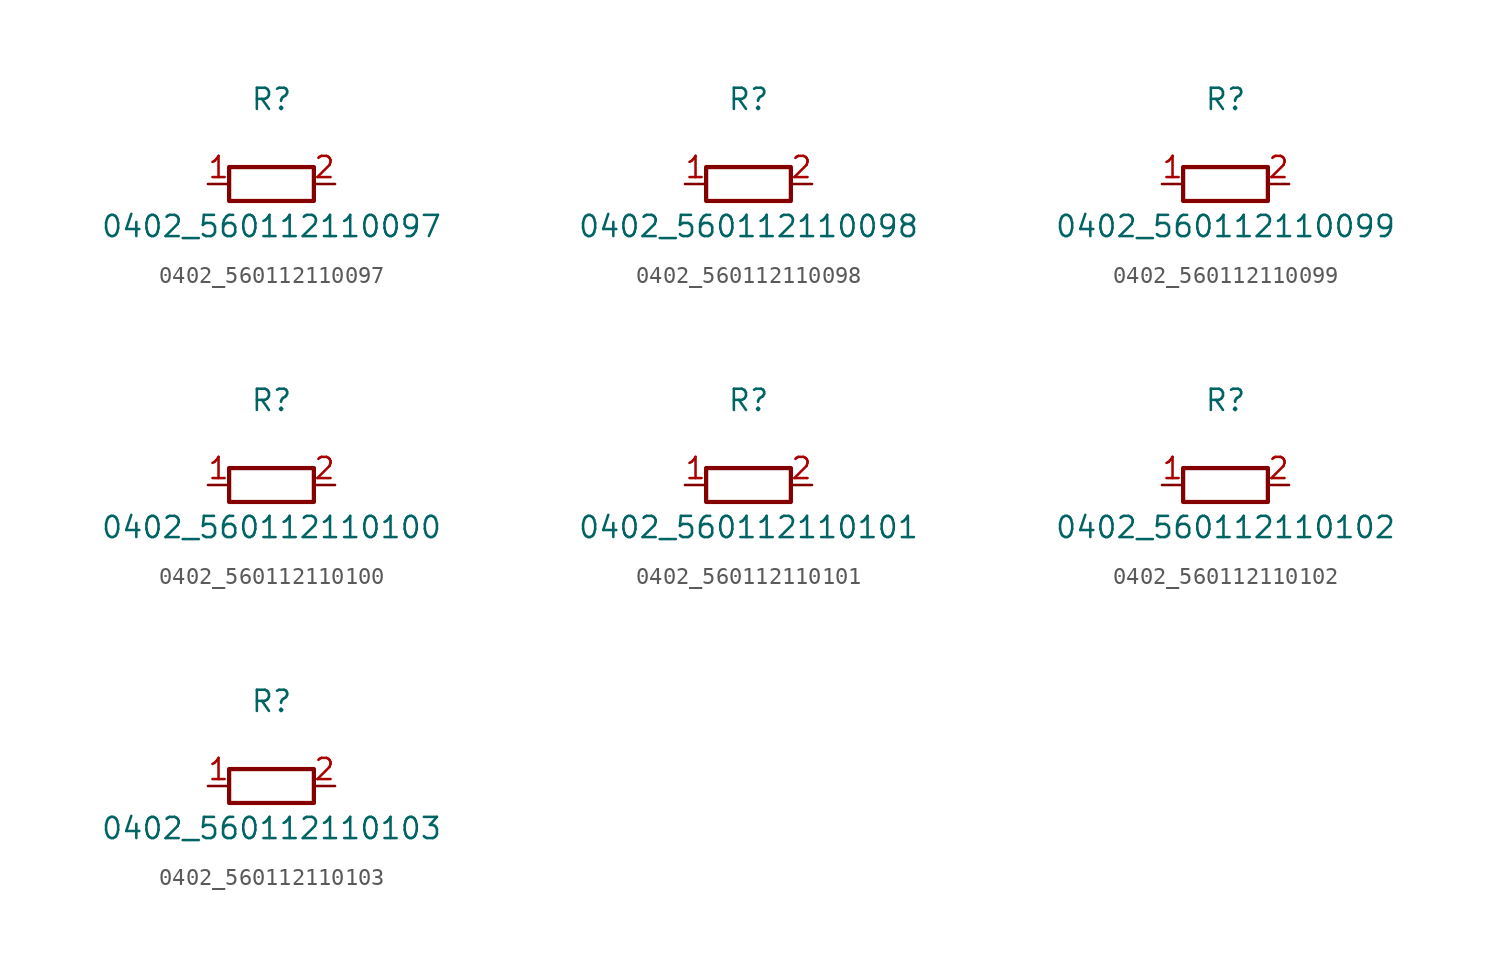
<source format=kicad_sym>
(kicad_symbol_lib
  (version 20220914)
  (generator kicad_symbol_editor)
  (symbol "0402_560112110097"
    (pin_names hide)
    (property "Reference" "R"
      (at 0 5.08 0)
      (effects (font (size 1.27 1.27))))
    (property "Value" "0402_560112110097"
      (at 0 -2.54 0)
      (effects (font (size 1.27 1.27))))
    (symbol "0402_560112110097_0_1"
      (rectangle (start -2.54 -1.016) (end 2.54 1.016) (stroke (width 0.254) (type default)) (fill (type none))))
    (symbol "0402_560112110097_1_1"
      (pin passive line (at -3.81 0 0) (length 1.27) (name "~" (effects (font (size 1.27 1.27)))) (number "1" (effects (font (size 1.27 1.27)))))
      (pin passive line (at 3.81 0 180) (length 1.27) (name "~" (effects (font (size 1.27 1.27)))) (number "2" (effects (font (size 1.27 1.27)))))))
  (symbol "0402_560112110098"
    (pin_names hide)
    (property "Reference" "R"
      (at 0 5.08 0)
      (effects (font (size 1.27 1.27))))
    (property "Value" "0402_560112110098"
      (at 0 -2.54 0)
      (effects (font (size 1.27 1.27))))
    (symbol "0402_560112110098_0_1"
      (rectangle (start -2.54 -1.016) (end 2.54 1.016) (stroke (width 0.254) (type default)) (fill (type none))))
    (symbol "0402_560112110098_1_1"
      (pin passive line (at -3.81 0 0) (length 1.27) (name "~" (effects (font (size 1.27 1.27)))) (number "1" (effects (font (size 1.27 1.27)))))
      (pin passive line (at 3.81 0 180) (length 1.27) (name "~" (effects (font (size 1.27 1.27)))) (number "2" (effects (font (size 1.27 1.27)))))))
  (symbol "0402_560112110099"
    (pin_names hide)
    (property "Reference" "R"
      (at 0 5.08 0)
      (effects (font (size 1.27 1.27))))
    (property "Value" "0402_560112110099"
      (at 0 -2.54 0)
      (effects (font (size 1.27 1.27))))
    (symbol "0402_560112110099_0_1"
      (rectangle (start -2.54 -1.016) (end 2.54 1.016) (stroke (width 0.254) (type default)) (fill (type none))))
    (symbol "0402_560112110099_1_1"
      (pin passive line (at -3.81 0 0) (length 1.27) (name "~" (effects (font (size 1.27 1.27)))) (number "1" (effects (font (size 1.27 1.27)))))
      (pin passive line (at 3.81 0 180) (length 1.27) (name "~" (effects (font (size 1.27 1.27)))) (number "2" (effects (font (size 1.27 1.27)))))))
  (symbol "0402_560112110100"
    (pin_names hide)
    (property "Reference" "R"
      (at 0 5.08 0)
      (effects (font (size 1.27 1.27))))
    (property "Value" "0402_560112110100"
      (at 0 -2.54 0)
      (effects (font (size 1.27 1.27))))
    (symbol "0402_560112110100_0_1"
      (rectangle (start -2.54 -1.016) (end 2.54 1.016) (stroke (width 0.254) (type default)) (fill (type none))))
    (symbol "0402_560112110100_1_1"
      (pin passive line (at -3.81 0 0) (length 1.27) (name "~" (effects (font (size 1.27 1.27)))) (number "1" (effects (font (size 1.27 1.27)))))
      (pin passive line (at 3.81 0 180) (length 1.27) (name "~" (effects (font (size 1.27 1.27)))) (number "2" (effects (font (size 1.27 1.27)))))))
  (symbol "0402_560112110101"
    (pin_names hide)
    (property "Reference" "R"
      (at 0 5.08 0)
      (effects (font (size 1.27 1.27))))
    (property "Value" "0402_560112110101"
      (at 0 -2.54 0)
      (effects (font (size 1.27 1.27))))
    (symbol "0402_560112110101_0_1"
      (rectangle (start -2.54 -1.016) (end 2.54 1.016) (stroke (width 0.254) (type default)) (fill (type none))))
    (symbol "0402_560112110101_1_1"
      (pin passive line (at -3.81 0 0) (length 1.27) (name "~" (effects (font (size 1.27 1.27)))) (number "1" (effects (font (size 1.27 1.27)))))
      (pin passive line (at 3.81 0 180) (length 1.27) (name "~" (effects (font (size 1.27 1.27)))) (number "2" (effects (font (size 1.27 1.27)))))))
  (symbol "0402_560112110102"
    (pin_names hide)
    (property "Reference" "R"
      (at 0 5.08 0)
      (effects (font (size 1.27 1.27))))
    (property "Value" "0402_560112110102"
      (at 0 -2.54 0)
      (effects (font (size 1.27 1.27))))
    (symbol "0402_560112110102_0_1"
      (rectangle (start -2.54 -1.016) (end 2.54 1.016) (stroke (width 0.254) (type default)) (fill (type none))))
    (symbol "0402_560112110102_1_1"
      (pin passive line (at -3.81 0 0) (length 1.27) (name "~" (effects (font (size 1.27 1.27)))) (number "1" (effects (font (size 1.27 1.27)))))
      (pin passive line (at 3.81 0 180) (length 1.27) (name "~" (effects (font (size 1.27 1.27)))) (number "2" (effects (font (size 1.27 1.27)))))))
  (symbol "0402_560112110103"
    (pin_names hide)
    (property "Reference" "R"
      (at 0 5.08 0)
      (effects (font (size 1.27 1.27))))
    (property "Value" "0402_560112110103"
      (at 0 -2.54 0)
      (effects (font (size 1.27 1.27))))
    (symbol "0402_560112110103_0_1"
      (rectangle (start -2.54 -1.016) (end 2.54 1.016) (stroke (width 0.254) (type default)) (fill (type none))))
    (symbol "0402_560112110103_1_1"
      (pin passive line (at -3.81 0 0) (length 1.27) (name "~" (effects (font (size 1.27 1.27)))) (number "1" (effects (font (size 1.27 1.27)))))
      (pin passive line (at 3.81 0 180) (length 1.27) (name "~" (effects (font (size 1.27 1.27)))) (number "2" (effects (font (size 1.27 1.27))))))))
</source>
